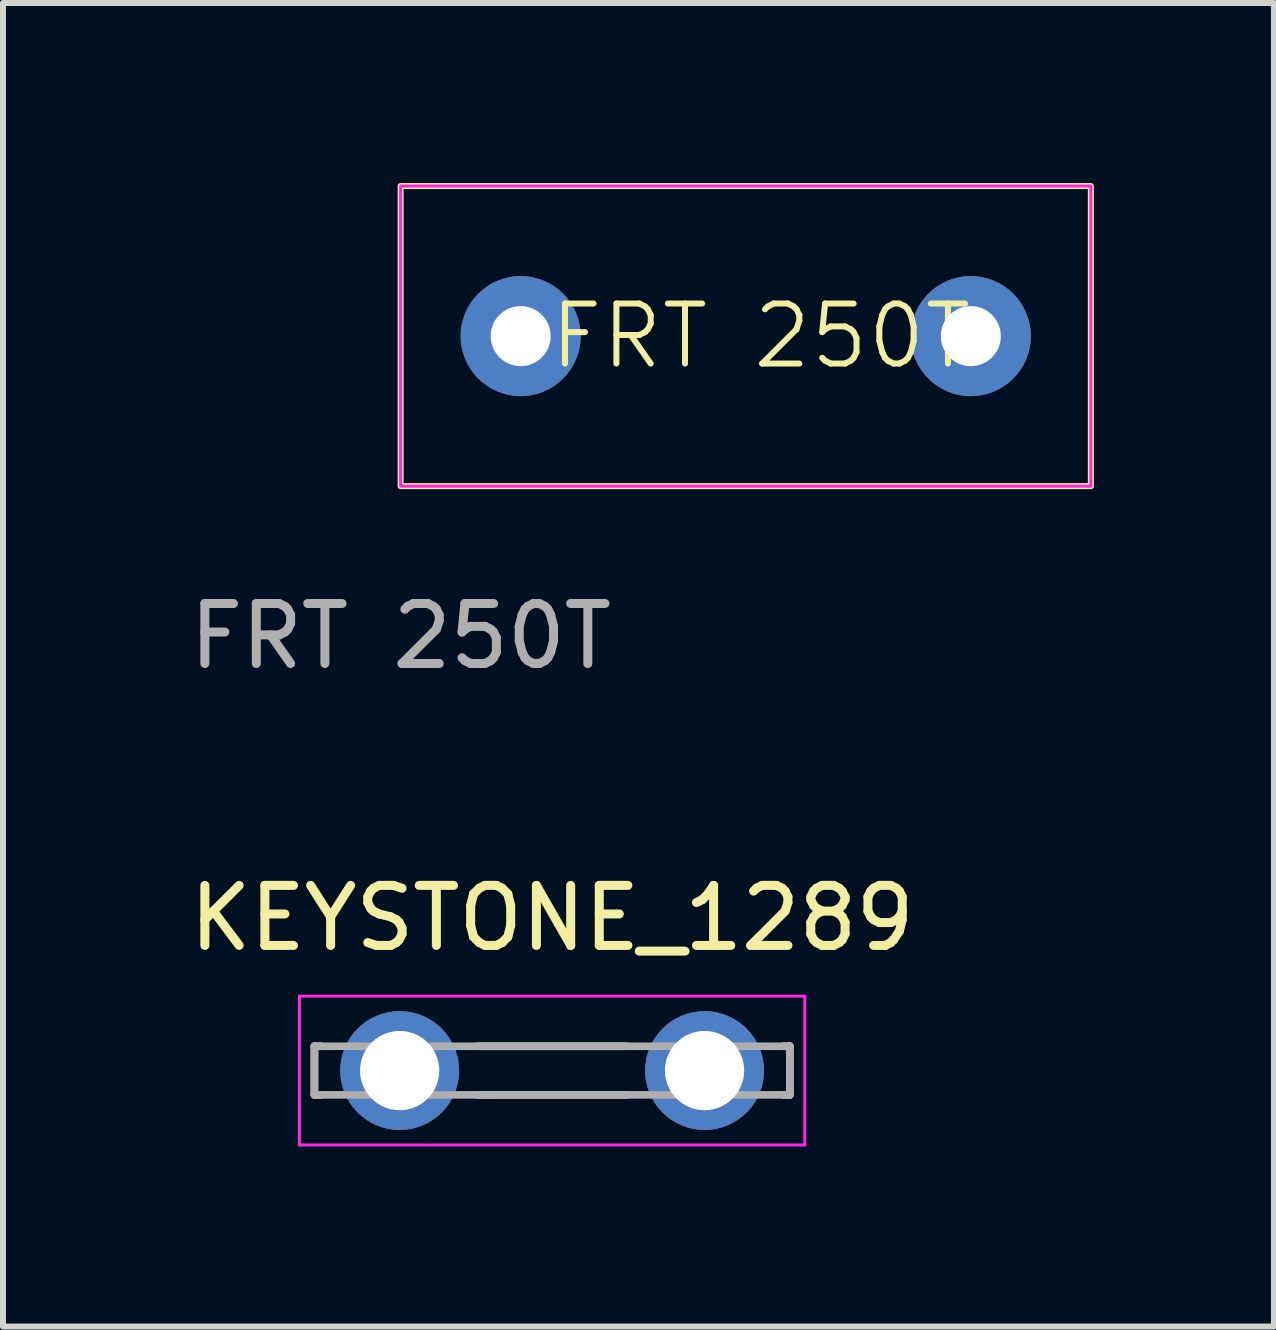
<source format=kicad_pcb>
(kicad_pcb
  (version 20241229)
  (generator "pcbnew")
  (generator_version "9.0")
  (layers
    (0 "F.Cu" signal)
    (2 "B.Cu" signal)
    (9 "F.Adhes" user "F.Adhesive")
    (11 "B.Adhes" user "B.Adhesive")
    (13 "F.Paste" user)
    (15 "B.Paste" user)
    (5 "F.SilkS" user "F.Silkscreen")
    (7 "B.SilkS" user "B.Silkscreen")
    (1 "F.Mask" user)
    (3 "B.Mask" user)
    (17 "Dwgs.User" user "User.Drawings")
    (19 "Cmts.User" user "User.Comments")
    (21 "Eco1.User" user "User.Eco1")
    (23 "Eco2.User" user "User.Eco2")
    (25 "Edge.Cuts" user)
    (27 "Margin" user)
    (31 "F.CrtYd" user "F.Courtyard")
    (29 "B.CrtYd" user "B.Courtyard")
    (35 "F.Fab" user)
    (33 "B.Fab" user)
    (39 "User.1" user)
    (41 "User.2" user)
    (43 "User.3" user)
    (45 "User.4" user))
  (footprint "KEYSTONE_1289"
    (layer "F.Cu")
    (at 6.149 14.787)
    (property "Reference" "KEYSTONE_1289" (at 0 -2.54 0) (layer "F.SilkS") (effects (font (size 1 1) (thickness 0.15))))
    (attr through_hole)
    (fp_line (start -3.96 -0.405) (end -3.85 -0.405) (stroke (width 0.127) (type solid)) (layer "F.SilkS"))
    (fp_line (start -3.96 0.405) (end -3.96 -0.405) (stroke (width 0.127) (type solid)) (layer "F.SilkS"))
    (fp_line (start -3.85 0.405) (end -3.96 0.405) (stroke (width 0.127) (type solid)) (layer "F.SilkS"))
    (fp_line (start -1.236 -0.405) (end 1.236 -0.405) (stroke (width 0.127) (type solid)) (layer "F.SilkS"))
    (fp_line (start -1.236 0.405) (end 1.236 0.405) (stroke (width 0.127) (type solid)) (layer "F.SilkS"))
    (fp_line (start 3.85 -0.405) (end 3.96 -0.405) (stroke (width 0.127) (type solid)) (layer "F.SilkS"))
    (fp_line (start 3.96 -0.405) (end 3.96 0.405) (stroke (width 0.127) (type solid)) (layer "F.SilkS"))
    (fp_line (start 3.96 0.405) (end 3.85 0.405) (stroke (width 0.127) (type solid)) (layer "F.SilkS"))
    (fp_line (start -4.21 -1.24) (end 4.21 -1.24) (stroke (width 0.05) (type solid)) (layer "F.CrtYd"))
    (fp_line (start -4.21 1.24) (end -4.21 -1.24) (stroke (width 0.05) (type solid)) (layer "F.CrtYd"))
    (fp_line (start 4.21 -1.24) (end 4.21 1.24) (stroke (width 0.05) (type solid)) (layer "F.CrtYd"))
    (fp_line (start 4.21 1.24) (end -4.21 1.24) (stroke (width 0.05) (type solid)) (layer "F.CrtYd"))
    (fp_line (start -3.96 -0.405) (end 3.96 -0.405) (stroke (width 0.127) (type solid)) (layer "F.Fab"))
    (fp_line (start -3.96 0.405) (end -3.96 -0.405) (stroke (width 0.127) (type solid)) (layer "F.Fab"))
    (fp_line (start 3.96 -0.405) (end 3.96 0.405) (stroke (width 0.127) (type solid)) (layer "F.Fab"))
    (fp_line (start 3.96 0.405) (end -3.96 0.405) (stroke (width 0.127) (type solid)) (layer "F.Fab"))
    (pad "1" thru_hole circle (at -2.54 0) (size 1.98 1.98) (drill 1.32) (layers "*.Cu" "*.Mask"))
    (pad "1" thru_hole circle (at 2.54 0) (size 1.98 1.98) (drill 1.32) (layers "*.Cu" "*.Mask")))
  (footprint "FRT 250T"
    (layer "F.Cu")
    (at 3.625 5.05)
    (property "Reference" "FRT 250T" (at 6 -2.5 0) (unlocked yes) (layer "F.SilkS") (effects (font (size 1 1) (thickness 0.1))))
    (attr through_hole)
    (fp_rect (start 0 0) (end 11.5 -5) (stroke (width 0.1) (type default)) (fill no) (layer "F.SilkS"))
    (fp_rect (start 0 0) (end 11.5 -5) (stroke (width 0.05) (type default)) (fill no) (layer "F.CrtYd"))
    (fp_text user "${REFERENCE}" (at 0 2.5 0) (unlocked yes) (layer "F.Fab") (effects (font (size 1 1) (thickness 0.15))))
    (pad "1" thru_hole circle (at 2 -2.5) (size 2 2) (drill 1) (layers "*.Cu" "*.Mask"))
    (pad "2" thru_hole circle (at 9.5 -2.5) (size 2 2) (drill 1) (layers "*.Cu" "*.Mask")))
  (gr_rect
    (start -3 -3)
    (end 18.175 19.052)
    (stroke (width 0.1) (type default))
    (fill no)
    (layer "Edge.Cuts")))
</source>
